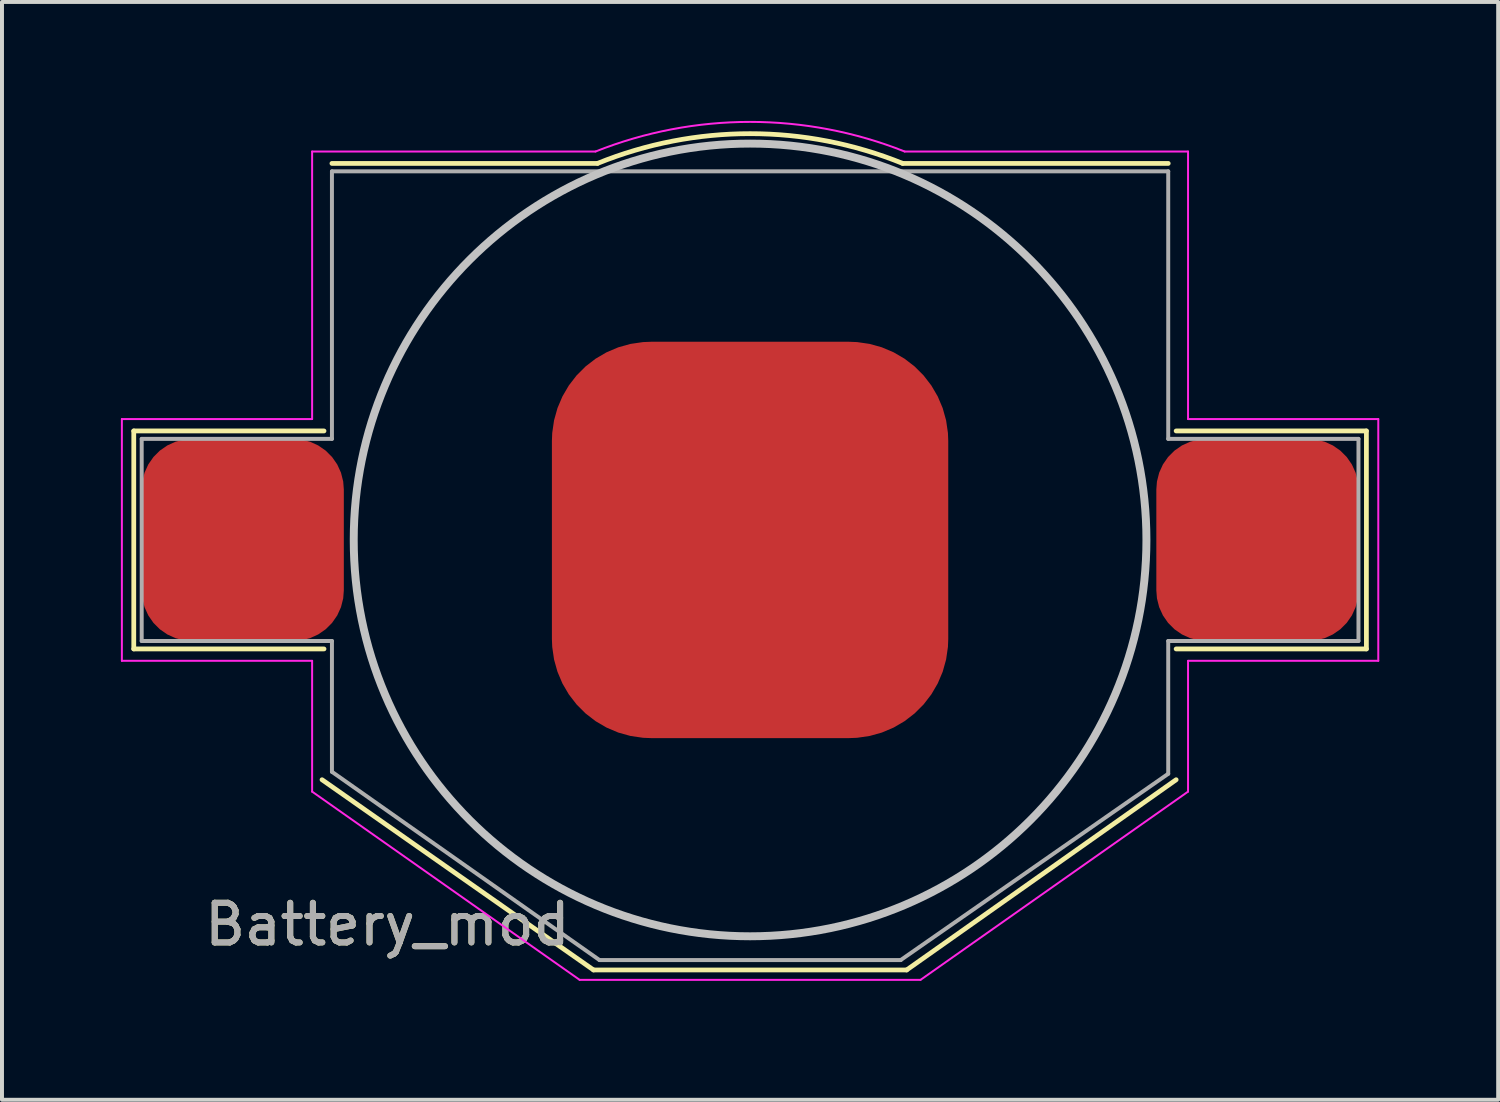
<source format=kicad_pcb>
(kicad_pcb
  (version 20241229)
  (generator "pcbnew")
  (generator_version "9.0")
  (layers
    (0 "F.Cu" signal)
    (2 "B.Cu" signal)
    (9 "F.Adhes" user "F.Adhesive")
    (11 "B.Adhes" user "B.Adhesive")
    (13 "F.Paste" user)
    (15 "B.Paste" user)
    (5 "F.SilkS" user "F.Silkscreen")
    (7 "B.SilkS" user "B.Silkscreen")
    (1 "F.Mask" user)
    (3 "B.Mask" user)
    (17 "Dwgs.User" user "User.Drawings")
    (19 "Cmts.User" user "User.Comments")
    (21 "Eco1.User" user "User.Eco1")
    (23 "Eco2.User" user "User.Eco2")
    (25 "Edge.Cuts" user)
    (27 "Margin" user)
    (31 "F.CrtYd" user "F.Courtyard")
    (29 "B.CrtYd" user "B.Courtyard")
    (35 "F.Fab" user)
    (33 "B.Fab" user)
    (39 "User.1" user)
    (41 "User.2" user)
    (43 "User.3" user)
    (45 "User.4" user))
  (footprint "Battery_mod"
    (layer "F.Cu")
    (at 15.875 10.573)
    (property "Reference" "Battery_mod" (at -9.15 9.7 0) (layer "F.SilkS") (effects (font (size 1 1) (thickness 0.15))))
    (attr smd)
    (fp_line (start -15.55 -2.75) (end -15.55 2.75) (stroke (width 0.12) (type solid)) (layer "F.SilkS"))
    (fp_line (start -15.55 2.75) (end -10.75 2.75) (stroke (width 0.12) (type solid)) (layer "F.SilkS"))
    (fp_line (start -10.8 6.05) (end -3.95 10.85) (stroke (width 0.12) (type solid)) (layer "F.SilkS"))
    (fp_line (start -10.75 -2.75) (end -15.55 -2.75) (stroke (width 0.12) (type solid)) (layer "F.SilkS"))
    (fp_line (start -10.55 -9.5) (end -3.85 -9.5) (stroke (width 0.12) (type solid)) (layer "F.SilkS"))
    (fp_line (start -3.95 10.85) (end 3.95 10.85) (stroke (width 0.12) (type solid)) (layer "F.SilkS"))
    (fp_line (start 3.95 10.85) (end 10.75 6.05) (stroke (width 0.12) (type solid)) (layer "F.SilkS"))
    (fp_line (start 10.55 -9.5) (end 3.85 -9.5) (stroke (width 0.12) (type solid)) (layer "F.SilkS"))
    (fp_line (start 10.75 2.75) (end 15.55 2.75) (stroke (width 0.12) (type solid)) (layer "F.SilkS"))
    (fp_line (start 15.55 -2.75) (end 10.75 -2.75) (stroke (width 0.12) (type solid)) (layer "F.SilkS"))
    (fp_line (start 15.55 2.75) (end 15.55 -2.75) (stroke (width 0.12) (type solid)) (layer "F.SilkS"))
    (fp_arc (start -3.846385 -9.501464) (mid 0.00195 -10.250487) (end 3.85 -9.5) (stroke (width 0.12) (type solid)) (layer "F.SilkS"))
    (fp_circle (center 0 0) (end 10 0) (stroke (width 0.2) (type solid)) (fill no) (layer "Dwgs.User"))
    (fp_line (start -15.85 -3.05) (end -11.05 -3.05) (stroke (width 0.05) (type solid)) (layer "F.CrtYd"))
    (fp_line (start -15.85 3.05) (end -15.85 -3.05) (stroke (width 0.05) (type solid)) (layer "F.CrtYd"))
    (fp_line (start -11.05 -9.8) (end -3.9 -9.8) (stroke (width 0.05) (type solid)) (layer "F.CrtYd"))
    (fp_line (start -11.05 -3.05) (end -11.05 -9.8) (stroke (width 0.05) (type solid)) (layer "F.CrtYd"))
    (fp_line (start -11.05 3.05) (end -15.85 3.05) (stroke (width 0.05) (type solid)) (layer "F.CrtYd"))
    (fp_line (start -11.05 6.35) (end -11.05 3.05) (stroke (width 0.05) (type solid)) (layer "F.CrtYd"))
    (fp_line (start -4.3 11.1) (end -11.05 6.35) (stroke (width 0.05) (type solid)) (layer "F.CrtYd"))
    (fp_line (start 4.3 11.1) (end -4.3 11.1) (stroke (width 0.05) (type solid)) (layer "F.CrtYd"))
    (fp_line (start 11.05 -9.8) (end 3.9 -9.8) (stroke (width 0.05) (type solid)) (layer "F.CrtYd"))
    (fp_line (start 11.05 -9.8) (end 11.05 -3.05) (stroke (width 0.05) (type solid)) (layer "F.CrtYd"))
    (fp_line (start 11.05 -3.05) (end 15.85 -3.05) (stroke (width 0.05) (type solid)) (layer "F.CrtYd"))
    (fp_line (start 11.05 3.05) (end 11.05 6.35) (stroke (width 0.05) (type solid)) (layer "F.CrtYd"))
    (fp_line (start 11.05 6.35) (end 4.3 11.1) (stroke (width 0.05) (type solid)) (layer "F.CrtYd"))
    (fp_line (start 15.85 -3.05) (end 15.85 3.05) (stroke (width 0.05) (type solid)) (layer "F.CrtYd"))
    (fp_line (start 15.85 3.05) (end 11.05 3.05) (stroke (width 0.05) (type solid)) (layer "F.CrtYd"))
    (fp_arc (start -3.9 -9.8) (mid 0 -10.547512) (end 3.9 -9.8) (stroke (width 0.05) (type solid)) (layer "F.CrtYd"))
    (fp_line (start -15.35 -2.55) (end -15.35 2.55) (stroke (width 0.1) (type solid)) (layer "F.Fab"))
    (fp_line (start -15.35 -2.55) (end -10.55 -2.55) (stroke (width 0.1) (type solid)) (layer "F.Fab"))
    (fp_line (start -15.35 2.55) (end -10.55 2.55) (stroke (width 0.1) (type solid)) (layer "F.Fab"))
    (fp_line (start -10.55 -2.55) (end -10.55 -9.3) (stroke (width 0.1) (type solid)) (layer "F.Fab"))
    (fp_line (start -10.55 2.55) (end -10.55 5.85) (stroke (width 0.1) (type solid)) (layer "F.Fab"))
    (fp_line (start -10.55 5.85) (end -3.8 10.6) (stroke (width 0.1) (type solid)) (layer "F.Fab"))
    (fp_line (start -3.8 10.6) (end 3.8 10.6) (stroke (width 0.1) (type solid)) (layer "F.Fab"))
    (fp_line (start 10.55 -9.3) (end -10.55 -9.3) (stroke (width 0.1) (type solid)) (layer "F.Fab"))
    (fp_line (start 10.55 -2.55) (end 10.55 -9.3) (stroke (width 0.1) (type solid)) (layer "F.Fab"))
    (fp_line (start 10.55 2.55) (end 10.55 5.9) (stroke (width 0.1) (type solid)) (layer "F.Fab"))
    (fp_line (start 10.55 2.55) (end 15.35 2.55) (stroke (width 0.1) (type solid)) (layer "F.Fab"))
    (fp_line (start 10.55 5.9) (end 3.8 10.6) (stroke (width 0.1) (type solid)) (layer "F.Fab"))
    (fp_line (start 15.35 -2.55) (end 10.55 -2.55) (stroke (width 0.1) (type solid)) (layer "F.Fab"))
    (fp_line (start 15.35 2.55) (end 15.35 -2.55) (stroke (width 0.1) (type solid)) (layer "F.Fab"))
    (fp_text user "${REFERENCE}" (at -9.15 9.7 0) (layer "F.Fab") (effects (font (size 1 1) (thickness 0.15))))
    (pad "1" smd roundrect (at -12.8 0) (size 5.1 5.1) (layers "F.Cu" "F.Mask" "F.Paste") (roundrect_rratio 0.25))
    (pad "1" smd roundrect (at 12.8 0) (size 5.1 5.1) (layers "F.Cu" "F.Mask" "F.Paste") (roundrect_rratio 0.25))
    (pad "2" smd roundrect (at 0 0) (size 10 10) (layers "F.Cu" "F.Mask") (roundrect_rratio 0.25)))
  (gr_rect
    (start -3 -3)
    (end 34.75 24.698)
    (stroke (width 0.1) (type default))
    (fill no)
    (layer "Edge.Cuts")))
</source>
